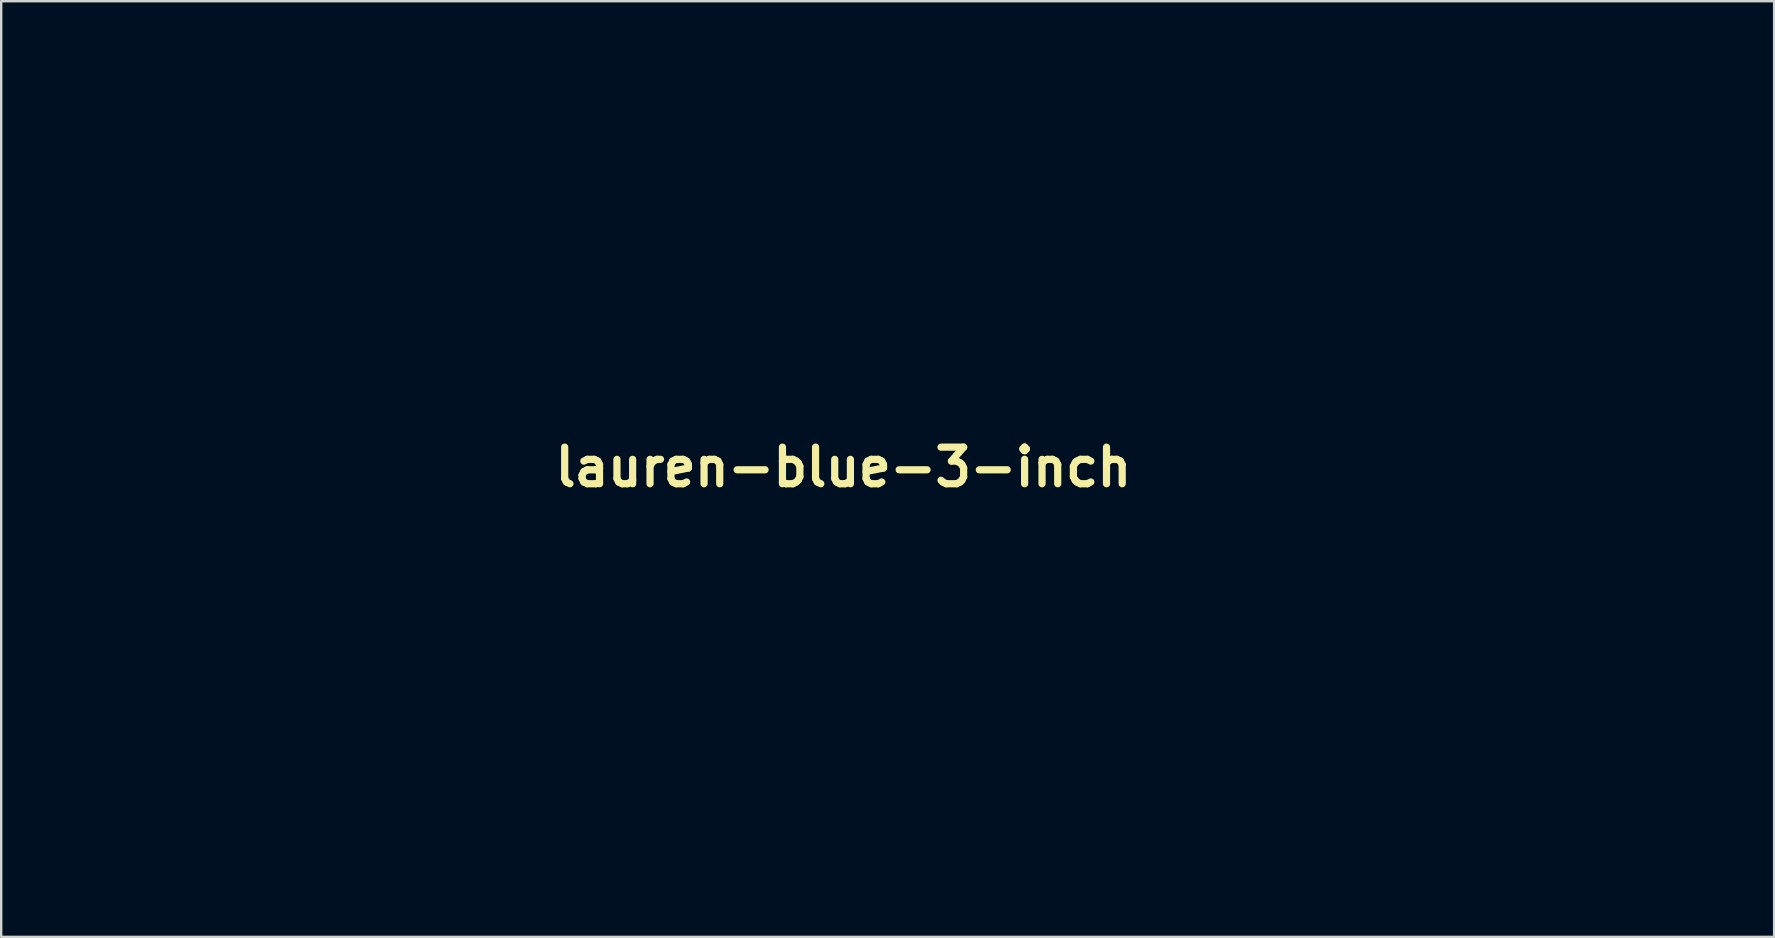
<source format=kicad_pcb>
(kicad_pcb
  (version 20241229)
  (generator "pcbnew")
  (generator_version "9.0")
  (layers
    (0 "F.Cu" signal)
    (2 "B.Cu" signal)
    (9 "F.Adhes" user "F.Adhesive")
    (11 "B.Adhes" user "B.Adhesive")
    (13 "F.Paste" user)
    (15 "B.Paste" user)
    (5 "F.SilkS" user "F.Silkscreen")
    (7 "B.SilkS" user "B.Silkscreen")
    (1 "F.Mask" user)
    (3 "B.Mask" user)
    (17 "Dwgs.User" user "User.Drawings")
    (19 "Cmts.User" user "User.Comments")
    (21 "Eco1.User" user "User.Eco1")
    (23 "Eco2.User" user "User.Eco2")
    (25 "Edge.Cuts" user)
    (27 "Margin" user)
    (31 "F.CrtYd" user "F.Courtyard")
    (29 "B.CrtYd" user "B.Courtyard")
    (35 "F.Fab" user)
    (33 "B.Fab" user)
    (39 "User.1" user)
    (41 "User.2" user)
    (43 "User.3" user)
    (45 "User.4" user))
  (footprint "lauren-blue-3-inch"
    (layer "F.Cu")
    (at 32.084 16.411)
    (property "Reference" "lauren-blue-3-inch" (at 0 0 0) (layer "F.SilkS") (effects (font (size 1.524 1.524) (thickness 0.3))))
    (attr through_hole)
    (fp_poly (pts (xy 12.779 13.231) (xy 12.91 13.276) (xy 13.016 13.39) (xy 13.124 13.605) (xy 13.256 13.953) (xy 13.335 14.172) (xy 13.589 14.888) (xy 13.604 13.223) (xy 14.27 13.223) (xy 14.27 16.553) (xy 13.524 16.553) (xy 12.95 14.888) (xy 12.985 16.505) (xy 12.629 16.535) (xy 12.272 16.564) (xy 12.272 13.223) (xy 12.599 13.223)) (stroke (width 0) (type solid)) (fill yes) (layer "F.Mask"))
    (fp_poly (pts (xy -10.643 13.889) (xy -11.701 13.889) (xy -11.701 14.216) (xy -11.683 14.44) (xy -11.59 14.538) (xy -11.392 14.573) (xy -11.178 14.616) (xy -11.095 14.727) (xy -11.083 14.888) (xy -11.107 15.088) (xy -11.218 15.176) (xy -11.392 15.203) (xy -11.701 15.233) (xy -11.701 16.553) (xy -12.467 16.553) (xy -12.441 14.912) (xy -12.415 13.271) (xy -10.702 13.271)) (stroke (width 0) (type solid)) (fill yes) (layer "F.Mask"))
    (fp_poly (pts (xy 5.684 -1.025) (xy 7.468 -0.999) (xy 7.468 0.143) (xy 6.398 0.17) (xy 5.327 0.196) (xy 5.327 1.704) (xy 5.969 1.732) (xy 6.612 1.76) (xy 6.612 2.901) (xy 5.969 2.93) (xy 5.327 2.958) (xy 5.327 4.465) (xy 6.398 4.492) (xy 7.468 4.519) (xy 7.496 5.113) (xy 7.524 5.708) (xy 3.9 5.708) (xy 3.9 -1.051)) (stroke (width 0) (type solid)) (fill yes) (layer "F.Mask"))
    (fp_poly (pts (xy -2.949 5.716) (xy -3.729 5.688) (xy -4.51 5.66) (xy -5.099 3.853) (xy -5.689 2.045) (xy -5.698 3.877) (xy -5.708 5.708) (xy -6.377 5.708) (xy -6.798 5.691) (xy -7.035 5.639) (xy -7.092 5.588) (xy -7.102 5.468) (xy -7.11 5.18) (xy -7.115 4.748) (xy -7.118 4.194) (xy -7.119 3.542) (xy -7.116 2.814) (xy -7.112 2.235) (xy -7.087 -0.999) (xy -5.565 -0.999) (xy -4.978 0.761) (xy -4.391 2.521) (xy -4.328 -0.999) (xy -3.639 -1.027) (xy -2.949 -1.055)) (stroke (width 0) (type solid)) (fill yes) (layer "F.Mask"))
    (fp_poly (pts (xy 34.761 -15.105) (xy 35.722 -15.078) (xy 35.722 -4.709) (xy 34.563 -4.682) (xy 33.404 -4.656) (xy 32.726 -6.775) (xy 32.514 -7.435) (xy 32.304 -8.087) (xy 32.108 -8.691) (xy 31.94 -9.208) (xy 31.811 -9.598) (xy 31.776 -9.703) (xy 31.503 -10.512) (xy 31.496 -7.587) (xy 31.488 -4.661) (xy 29.394 -4.661) (xy 29.418 -9.87) (xy 29.443 -15.078) (xy 31.717 -15.078) (xy 33.534 -9.445) (xy 33.559 -12.158) (xy 33.571 -13.081) (xy 33.588 -13.818) (xy 33.611 -14.375) (xy 33.64 -14.755) (xy 33.674 -14.963) (xy 33.692 -15.002) (xy 33.799 -15.065) (xy 34.012 -15.1) (xy 34.36 -15.112)) (stroke (width 0) (type solid)) (fill yes) (layer "F.Mask"))
    (fp_poly (pts (xy 27.315 13.889) (xy 26.256 13.889) (xy 26.256 14.216) (xy 26.275 14.44) (xy 26.367 14.538) (xy 26.565 14.573) (xy 26.78 14.616) (xy 26.863 14.727) (xy 26.875 14.888) (xy 26.85 15.088) (xy 26.739 15.176) (xy 26.565 15.203) (xy 26.355 15.244) (xy 26.27 15.351) (xy 26.256 15.555) (xy 26.264 15.743) (xy 26.321 15.841) (xy 26.473 15.885) (xy 26.756 15.906) (xy 27.047 15.929) (xy 27.199 15.977) (xy 27.262 16.081) (xy 27.285 16.244) (xy 27.315 16.553) (xy 26.449 16.553) (xy 25.99 16.543) (xy 25.7 16.512) (xy 25.557 16.457) (xy 25.537 16.43) (xy 25.523 16.297) (xy 25.513 16.009) (xy 25.51 15.601) (xy 25.512 15.11) (xy 25.516 14.789) (xy 25.543 13.271) (xy 27.255 13.271)) (stroke (width 0) (type solid)) (fill yes) (layer "F.Mask"))
    (fp_poly (pts (xy -29.26 -16.299) (xy -29.162 -16.049) (xy -29.038 -15.704) (xy -28.96 -15.476) (xy -28.667 -14.603) (xy -27.628 -14.555) (xy -26.589 -14.507) (xy -28.232 -13.299) (xy -27.997 -12.53) (xy -27.877 -12.146) (xy -27.768 -11.808) (xy -27.69 -11.577) (xy -27.677 -11.541) (xy -27.628 -11.376) (xy -27.636 -11.321) (xy -27.726 -11.373) (xy -27.936 -11.513) (xy -28.233 -11.719) (xy -28.494 -11.904) (xy -29.309 -12.487) (xy -29.974 -12.023) (xy -30.304 -11.792) (xy -30.594 -11.589) (xy -30.793 -11.451) (xy -30.826 -11.428) (xy -30.967 -11.349) (xy -31.013 -11.355) (xy -30.985 -11.465) (xy -30.912 -11.714) (xy -30.805 -12.061) (xy -30.722 -12.32) (xy -30.605 -12.71) (xy -30.521 -13.035) (xy -30.481 -13.249) (xy -30.484 -13.31) (xy -30.58 -13.398) (xy -30.794 -13.568) (xy -31.092 -13.792) (xy -31.31 -13.951) (xy -32.084 -14.507) (xy -30.005 -14.561) (xy -29.692 -15.517) (xy -29.558 -15.901) (xy -29.441 -16.199) (xy -29.354 -16.378) (xy -29.316 -16.411)) (stroke (width 0) (type solid)) (fill yes) (layer "F.Mask"))
    (fp_poly (pts (xy -3.033 13.244) (xy -2.703 13.295) (xy -2.58 13.329) (xy -2.283 13.524) (xy -2.085 13.834) (xy -2.001 14.206) (xy -2.044 14.583) (xy -2.193 14.872) (xy -2.388 15.12) (xy -2.193 15.751) (xy -2.095 16.079) (xy -2.025 16.336) (xy -1.998 16.467) (xy -1.998 16.468) (xy -2.082 16.522) (xy -2.291 16.551) (xy -2.36 16.553) (xy -2.722 16.553) (xy -2.895 15.887) (xy -2.99 15.562) (xy -3.079 15.325) (xy -3.146 15.222) (xy -3.151 15.221) (xy -3.192 15.308) (xy -3.222 15.537) (xy -3.234 15.86) (xy -3.234 15.887) (xy -3.234 16.553) (xy -3.9 16.553) (xy -3.9 14.27) (xy -3.234 14.27) (xy -3.216 14.532) (xy -3.139 14.637) (xy -2.973 14.615) (xy -2.909 14.592) (xy -2.766 14.459) (xy -2.746 14.263) (xy -2.831 14.063) (xy -2.998 13.922) (xy -3.147 13.889) (xy -3.202 13.974) (xy -3.232 14.184) (xy -3.234 14.27) (xy -3.9 14.27) (xy -3.9 13.223) (xy -3.391 13.223)) (stroke (width 0) (type solid)) (fill yes) (layer "F.Mask"))
    (fp_poly (pts (xy 25.581 -15.109) (xy 26.076 -15.103) (xy 26.432 -15.089) (xy 26.668 -15.067) (xy 26.8 -15.037) (xy 26.843 -15.008) (xy 26.881 -14.853) (xy 26.907 -14.569) (xy 26.919 -14.218) (xy 26.916 -13.86) (xy 26.898 -13.558) (xy 26.864 -13.374) (xy 26.819 -13.318) (xy 26.717 -13.277) (xy 26.53 -13.25) (xy 26.232 -13.234) (xy 25.796 -13.225) (xy 25.2 -13.223) (xy 23.593 -13.223) (xy 23.593 -10.845) (xy 24.485 -10.845) (xy 24.958 -10.835) (xy 25.27 -10.804) (xy 25.445 -10.747) (xy 25.487 -10.711) (xy 25.546 -10.532) (xy 25.574 -10.189) (xy 25.57 -9.784) (xy 25.543 -8.99) (xy 23.593 -8.936) (xy 23.593 -6.564) (xy 25.096 -6.564) (xy 25.752 -6.558) (xy 26.233 -6.539) (xy 26.557 -6.507) (xy 26.738 -6.459) (xy 26.765 -6.443) (xy 26.847 -6.353) (xy 26.893 -6.204) (xy 26.91 -5.953) (xy 26.904 -5.558) (xy 26.903 -5.516) (xy 26.875 -4.709) (xy 21.403 -4.659) (xy 21.452 -15.078) (xy 24.109 -15.104) (xy 24.932 -15.11)) (stroke (width 0) (type solid)) (fill yes) (layer "F.Mask"))
    (fp_poly (pts (xy 30.988 13.302) (xy 31.29 13.519) (xy 31.459 13.846) (xy 31.485 14.056) (xy 31.47 14.265) (xy 31.381 14.349) (xy 31.166 14.365) (xy 30.932 14.338) (xy 30.818 14.229) (xy 30.783 14.127) (xy 30.685 13.938) (xy 30.558 13.894) (xy 30.461 13.995) (xy 30.442 14.124) (xy 30.505 14.327) (xy 30.711 14.549) (xy 30.866 14.671) (xy 31.251 15.027) (xy 31.48 15.401) (xy 31.549 15.77) (xy 31.453 16.109) (xy 31.23 16.361) (xy 30.895 16.522) (xy 30.507 16.558) (xy 30.138 16.469) (xy 29.914 16.319) (xy 29.722 16.019) (xy 29.681 15.796) (xy 29.699 15.602) (xy 29.791 15.522) (xy 30.015 15.506) (xy 30.016 15.506) (xy 30.262 15.535) (xy 30.396 15.648) (xy 30.448 15.761) (xy 30.529 15.929) (xy 30.611 15.939) (xy 30.687 15.873) (xy 30.781 15.695) (xy 30.712 15.498) (xy 30.472 15.266) (xy 30.333 15.164) (xy 29.94 14.807) (xy 29.728 14.4) (xy 29.684 14.06) (xy 29.771 13.682) (xy 30.006 13.401) (xy 30.36 13.246) (xy 30.585 13.223)) (stroke (width 0) (type solid)) (fill yes) (layer "F.Mask"))
    (fp_poly (pts (xy 22.225 13.28) (xy 22.471 13.315) (xy 22.644 13.393) (xy 22.775 13.5) (xy 23.022 13.849) (xy 23.092 14.255) (xy 22.983 14.697) (xy 22.93 14.806) (xy 22.715 15.211) (xy 22.916 15.805) (xy 23.019 16.12) (xy 23.091 16.363) (xy 23.117 16.476) (xy 23.033 16.525) (xy 22.822 16.551) (xy 22.744 16.553) (xy 22.371 16.553) (xy 22.2 15.887) (xy 22.107 15.562) (xy 22.021 15.325) (xy 21.959 15.222) (xy 21.954 15.221) (xy 21.918 15.308) (xy 21.891 15.537) (xy 21.88 15.86) (xy 21.88 15.887) (xy 21.88 16.553) (xy 21.544 16.553) (xy 21.306 16.521) (xy 21.168 16.443) (xy 21.161 16.43) (xy 21.147 16.297) (xy 21.137 16.009) (xy 21.134 15.601) (xy 21.136 15.11) (xy 21.14 14.789) (xy 21.149 14.27) (xy 21.88 14.27) (xy 21.895 14.523) (xy 21.953 14.628) (xy 22.036 14.633) (xy 22.215 14.532) (xy 22.298 14.436) (xy 22.339 14.219) (xy 22.237 14.017) (xy 22.036 13.906) (xy 21.935 13.924) (xy 21.889 14.06) (xy 21.88 14.27) (xy 21.149 14.27) (xy 21.167 13.271) (xy 21.849 13.271)) (stroke (width 0) (type solid)) (fill yes) (layer "F.Mask"))
    (fp_poly (pts (xy 4.796 13.263) (xy 5.051 13.414) (xy 5.144 13.501) (xy 5.354 13.781) (xy 5.424 14.036) (xy 5.352 14.233) (xy 5.185 14.326) (xy 4.886 14.347) (xy 4.706 14.243) (xy 4.661 14.082) (xy 4.596 13.921) (xy 4.471 13.889) (xy 4.386 13.902) (xy 4.331 13.962) (xy 4.3 14.103) (xy 4.285 14.359) (xy 4.281 14.763) (xy 4.281 14.888) (xy 4.283 15.334) (xy 4.295 15.623) (xy 4.322 15.789) (xy 4.37 15.865) (xy 4.447 15.886) (xy 4.471 15.887) (xy 4.63 15.82) (xy 4.661 15.697) (xy 4.693 15.572) (xy 4.822 15.517) (xy 5.042 15.506) (xy 5.29 15.522) (xy 5.4 15.586) (xy 5.422 15.703) (xy 5.348 16.023) (xy 5.16 16.326) (xy 5.05 16.431) (xy 4.867 16.497) (xy 4.575 16.535) (xy 4.255 16.54) (xy 3.988 16.509) (xy 3.922 16.489) (xy 3.751 16.35) (xy 3.63 16.082) (xy 3.555 15.667) (xy 3.522 15.089) (xy 3.52 14.838) (xy 3.522 14.375) (xy 3.533 14.061) (xy 3.562 13.854) (xy 3.619 13.711) (xy 3.711 13.591) (xy 3.798 13.501) (xy 4.055 13.301) (xy 4.343 13.228) (xy 4.471 13.223)) (stroke (width 0) (type solid)) (fill yes) (layer "F.Mask"))
    (fp_poly (pts (xy 9.114 13.28) (xy 9.436 13.441) (xy 9.67 13.72) (xy 9.699 13.783) (xy 9.76 14.062) (xy 9.788 14.513) (xy 9.784 15.08) (xy 9.767 15.533) (xy 9.743 15.837) (xy 9.704 16.034) (xy 9.639 16.167) (xy 9.538 16.276) (xy 9.484 16.323) (xy 9.174 16.487) (xy 8.789 16.555) (xy 8.417 16.518) (xy 8.253 16.45) (xy 8.04 16.253) (xy 7.898 15.939) (xy 7.821 15.485) (xy 7.812 15.26) (xy 8.571 15.26) (xy 8.582 15.576) (xy 8.621 15.765) (xy 8.697 15.858) (xy 8.817 15.886) (xy 8.848 15.887) (xy 8.936 15.876) (xy 8.991 15.822) (xy 9.02 15.691) (xy 9.028 15.447) (xy 9.021 15.057) (xy 9.017 14.912) (xy 9.002 14.472) (xy 8.982 14.189) (xy 8.948 14.028) (xy 8.894 13.955) (xy 8.811 13.937) (xy 8.8 13.937) (xy 8.708 13.953) (xy 8.65 14.024) (xy 8.614 14.188) (xy 8.593 14.48) (xy 8.582 14.785) (xy 8.571 15.26) (xy 7.812 15.26) (xy 7.801 14.954) (xy 7.813 14.532) (xy 7.844 14.146) (xy 7.889 13.864) (xy 7.906 13.805) (xy 8.101 13.5) (xy 8.399 13.31) (xy 8.752 13.237)) (stroke (width 0) (type solid)) (fill yes) (layer "F.Mask"))
    (fp_poly (pts (xy 35.201 13.304) (xy 35.501 13.495) (xy 35.705 13.775) (xy 35.769 14.078) (xy 35.756 14.272) (xy 35.678 14.349) (xy 35.481 14.352) (xy 35.413 14.347) (xy 35.165 14.303) (xy 35.052 14.202) (xy 35.025 14.103) (xy 34.939 13.932) (xy 34.797 13.899) (xy 34.669 14.016) (xy 34.658 14.043) (xy 34.682 14.182) (xy 34.842 14.398) (xy 35.148 14.705) (xy 35.184 14.739) (xy 35.474 15.015) (xy 35.648 15.214) (xy 35.736 15.381) (xy 35.767 15.564) (xy 35.769 15.683) (xy 35.697 16.095) (xy 35.485 16.378) (xy 35.138 16.529) (xy 34.875 16.553) (xy 34.503 16.507) (xy 34.228 16.356) (xy 34.208 16.339) (xy 34.027 16.097) (xy 33.941 15.839) (xy 33.941 15.649) (xy 34.023 15.562) (xy 34.239 15.527) (xy 34.259 15.525) (xy 34.5 15.526) (xy 34.618 15.601) (xy 34.654 15.692) (xy 34.753 15.845) (xy 34.89 15.88) (xy 34.992 15.794) (xy 35.008 15.705) (xy 34.939 15.551) (xy 34.757 15.333) (xy 34.545 15.136) (xy 34.141 14.728) (xy 33.927 14.338) (xy 33.902 13.964) (xy 34.065 13.607) (xy 34.199 13.453) (xy 34.504 13.265) (xy 34.854 13.221)) (stroke (width 0) (type solid)) (fill yes) (layer "F.Mask"))
    (fp_poly (pts (xy -11.277 -15.106) (xy -11.259 -15.106) (xy -10.322 -15.078) (xy -10.272 -6.564) (xy -8.745 -6.564) (xy -8.185 -6.558) (xy -7.699 -6.541) (xy -7.322 -6.515) (xy -7.085 -6.482) (xy -7.033 -6.466) (xy -6.936 -6.386) (xy -6.88 -6.247) (xy -6.855 -6.003) (xy -6.849 -5.665) (xy -6.857 -5.3) (xy -6.877 -4.997) (xy -6.905 -4.819) (xy -6.907 -4.812) (xy -6.943 -4.767) (xy -7.025 -4.733) (xy -7.175 -4.706) (xy -7.412 -4.687) (xy -7.758 -4.674) (xy -8.233 -4.666) (xy -8.857 -4.662) (xy -9.65 -4.661) (xy -9.65 -4.661) (xy -10.347 -4.664) (xy -10.98 -4.67) (xy -11.527 -4.679) (xy -11.961 -4.691) (xy -12.258 -4.706) (xy -12.394 -4.722) (xy -12.399 -4.725) (xy -12.411 -4.829) (xy -12.422 -5.106) (xy -12.432 -5.538) (xy -12.442 -6.107) (xy -12.449 -6.795) (xy -12.455 -7.585) (xy -12.46 -8.458) (xy -12.462 -9.397) (xy -12.462 -9.85) (xy -12.461 -10.988) (xy -12.459 -11.949) (xy -12.455 -12.748) (xy -12.448 -13.4) (xy -12.439 -13.919) (xy -12.426 -14.319) (xy -12.41 -14.614) (xy -12.391 -14.818) (xy -12.367 -14.947) (xy -12.338 -15.013) (xy -12.329 -15.023) (xy -12.151 -15.08) (xy -11.797 -15.108)) (stroke (width 0) (type solid)) (fill yes) (layer "F.Mask"))
    (fp_poly (pts (xy -6.948 13.315) (xy -6.654 13.518) (xy -6.479 13.805) (xy -6.431 14.04) (xy -6.394 14.398) (xy -6.375 14.816) (xy -6.374 14.954) (xy -6.401 15.56) (xy -6.49 16.002) (xy -6.655 16.301) (xy -6.908 16.476) (xy -7.262 16.548) (xy -7.409 16.553) (xy -7.805 16.482) (xy -8.057 16.323) (xy -8.174 16.214) (xy -8.253 16.098) (xy -8.301 15.936) (xy -8.33 15.687) (xy -8.345 15.359) (xy -7.601 15.359) (xy -7.599 15.641) (xy -7.579 15.8) (xy -7.534 15.867) (xy -7.456 15.877) (xy -7.4 15.87) (xy -7.301 15.847) (xy -7.238 15.787) (xy -7.202 15.654) (xy -7.187 15.413) (xy -7.182 15.028) (xy -7.182 14.888) (xy -7.185 14.455) (xy -7.197 14.178) (xy -7.227 14.022) (xy -7.279 13.953) (xy -7.362 13.937) (xy -7.373 13.937) (xy -7.459 13.951) (xy -7.516 14.015) (xy -7.551 14.163) (xy -7.573 14.429) (xy -7.588 14.847) (xy -7.59 14.919) (xy -7.601 15.359) (xy -8.345 15.359) (xy -8.348 15.309) (xy -8.356 15.05) (xy -8.365 14.542) (xy -8.352 14.181) (xy -8.314 13.925) (xy -8.246 13.733) (xy -8.232 13.706) (xy -7.993 13.422) (xy -7.666 13.264) (xy -7.302 13.229)) (stroke (width 0) (type solid)) (fill yes) (layer "F.Mask"))
    (fp_poly (pts (xy 0.851 -0.999) (xy 1.233 -0.919) (xy 1.542 -0.786) (xy 1.817 -0.591) (xy 1.85 -0.562) (xy 2.049 -0.37) (xy 2.201 -0.168) (xy 2.313 0.071) (xy 2.39 0.374) (xy 2.436 0.768) (xy 2.458 1.279) (xy 2.461 1.936) (xy 2.455 2.478) (xy 2.44 3.235) (xy 2.413 3.829) (xy 2.37 4.285) (xy 2.302 4.63) (xy 2.202 4.891) (xy 2.064 5.093) (xy 1.881 5.264) (xy 1.681 5.407) (xy 1.52 5.507) (xy 1.363 5.578) (xy 1.174 5.625) (xy 0.913 5.655) (xy 0.544 5.675) (xy 0.029 5.689) (xy -0.065 5.691) (xy -1.429 5.722) (xy -1.404 2.362) (xy -1.388 0.19) (xy 0 0.19) (xy 0 4.471) (xy 0.326 4.471) (xy 0.593 4.43) (xy 0.792 4.331) (xy 0.798 4.325) (xy 0.893 4.198) (xy 0.961 4.014) (xy 1.007 3.748) (xy 1.032 3.375) (xy 1.04 2.867) (xy 1.032 2.2) (xy 1.03 2.074) (xy 1.01 1.427) (xy 0.977 0.946) (xy 0.92 0.607) (xy 0.83 0.386) (xy 0.699 0.259) (xy 0.517 0.202) (xy 0.318 0.19) (xy 0 0.19) (xy -1.388 0.19) (xy -1.379 -0.999) (xy -0.285 -1.028) (xy 0.357 -1.032)) (stroke (width 0) (type solid)) (fill yes) (layer "F.Mask"))
    (fp_poly (pts (xy 18.167 13.316) (xy 18.433 13.506) (xy 18.598 13.781) (xy 18.627 14.061) (xy 18.588 14.299) (xy 18.491 14.407) (xy 18.334 14.443) (xy 18.137 14.433) (xy 18.022 14.313) (xy 17.966 14.176) (xy 17.841 13.954) (xy 17.707 13.909) (xy 17.623 14.013) (xy 17.561 14.257) (xy 17.521 14.59) (xy 17.504 14.962) (xy 17.513 15.324) (xy 17.548 15.626) (xy 17.612 15.817) (xy 17.653 15.855) (xy 17.828 15.842) (xy 17.893 15.782) (xy 17.972 15.569) (xy 17.951 15.391) (xy 17.838 15.316) (xy 17.837 15.316) (xy 17.724 15.231) (xy 17.694 15.031) (xy 17.705 14.862) (xy 17.769 14.778) (xy 17.935 14.749) (xy 18.17 14.745) (xy 18.646 14.745) (xy 18.646 15.416) (xy 18.637 15.786) (xy 18.601 16.025) (xy 18.523 16.191) (xy 18.412 16.319) (xy 18.1 16.508) (xy 17.717 16.564) (xy 17.33 16.486) (xy 17.058 16.323) (xy 16.942 16.216) (xy 16.864 16.104) (xy 16.816 15.947) (xy 16.788 15.705) (xy 16.772 15.339) (xy 16.763 15.015) (xy 16.754 14.529) (xy 16.762 14.19) (xy 16.791 13.954) (xy 16.846 13.778) (xy 16.925 13.633) (xy 17.178 13.371) (xy 17.497 13.239) (xy 17.841 13.224)) (stroke (width 0) (type solid)) (fill yes) (layer "F.Mask"))
    (fp_poly (pts (xy 9.176 -15.106) (xy 9.194 -15.106) (xy 10.131 -15.078) (xy 10.131 -6.516) (xy 9.849 -6.007) (xy 9.425 -5.41) (xy 8.896 -4.967) (xy 8.255 -4.674) (xy 7.491 -4.524) (xy 7.42 -4.518) (xy 7.005 -4.518) (xy 6.567 -4.567) (xy 6.404 -4.601) (xy 5.717 -4.864) (xy 5.154 -5.27) (xy 4.719 -5.813) (xy 4.418 -6.49) (xy 4.285 -7.053) (xy 4.262 -7.291) (xy 4.241 -7.696) (xy 4.223 -8.242) (xy 4.208 -8.905) (xy 4.196 -9.662) (xy 4.189 -10.488) (xy 4.186 -11.285) (xy 4.187 -12.238) (xy 4.191 -13.018) (xy 4.197 -13.641) (xy 4.208 -14.125) (xy 4.222 -14.485) (xy 4.242 -14.739) (xy 4.267 -14.904) (xy 4.298 -14.996) (xy 4.319 -15.023) (xy 4.497 -15.08) (xy 4.851 -15.108) (xy 5.371 -15.106) (xy 5.389 -15.106) (xy 6.326 -15.078) (xy 6.374 -11.004) (xy 6.421 -6.929) (xy 6.732 -6.651) (xy 7.039 -6.436) (xy 7.307 -6.395) (xy 7.575 -6.528) (xy 7.713 -6.652) (xy 7.991 -6.93) (xy 7.991 -10.921) (xy 7.992 -11.924) (xy 7.995 -12.753) (xy 8.001 -13.423) (xy 8.01 -13.951) (xy 8.023 -14.353) (xy 8.04 -14.645) (xy 8.062 -14.843) (xy 8.089 -14.963) (xy 8.122 -15.021) (xy 8.124 -15.023) (xy 8.302 -15.08) (xy 8.656 -15.108)) (stroke (width 0) (type solid)) (fill yes) (layer "F.Mask"))
    (fp_poly (pts (xy -8.562 1.678) (xy -8.562 2.475) (xy -8.565 3.106) (xy -8.572 3.594) (xy -8.585 3.964) (xy -8.604 4.238) (xy -8.632 4.442) (xy -8.669 4.598) (xy -8.718 4.73) (xy -8.764 4.828) (xy -9.072 5.278) (xy -9.494 5.583) (xy -10.039 5.747) (xy -10.359 5.778) (xy -10.93 5.759) (xy -11.318 5.657) (xy -11.705 5.439) (xy -11.992 5.154) (xy -12.211 4.804) (xy -12.27 4.685) (xy -12.317 4.56) (xy -12.352 4.404) (xy -12.378 4.196) (xy -12.395 3.91) (xy -12.406 3.524) (xy -12.412 3.014) (xy -12.414 2.355) (xy -12.415 1.712) (xy -12.415 -0.999) (xy -11.757 -1.027) (xy -11.351 -1.03) (xy -11.11 -0.992) (xy -11.021 -0.932) (xy -11.001 -0.808) (xy -10.982 -0.519) (xy -10.966 -0.092) (xy -10.953 0.447) (xy -10.945 1.072) (xy -10.942 1.757) (xy -10.942 1.765) (xy -10.938 2.608) (xy -10.93 3.275) (xy -10.914 3.779) (xy -10.893 4.135) (xy -10.863 4.354) (xy -10.826 4.452) (xy -10.826 4.452) (xy -10.602 4.557) (xy -10.338 4.524) (xy -10.148 4.394) (xy -10.101 4.321) (xy -10.063 4.204) (xy -10.034 4.021) (xy -10.012 3.751) (xy -9.995 3.371) (xy -9.983 2.86) (xy -9.973 2.196) (xy -9.967 1.611) (xy -9.941 -0.999) (xy -9.251 -1.027) (xy -8.562 -1.055)) (stroke (width 0) (type solid)) (fill yes) (layer "F.Mask"))
    (fp_poly (pts (xy 11.272 -0.99) (xy 11.666 -0.905) (xy 11.97 -0.762) (xy 12.216 -0.552) (xy 12.369 -0.363) (xy 12.634 0.138) (xy 12.77 0.696) (xy 12.779 1.268) (xy 12.664 1.811) (xy 12.43 2.28) (xy 12.154 2.577) (xy 12.084 2.64) (xy 12.043 2.715) (xy 12.037 2.831) (xy 12.07 3.017) (xy 12.146 3.304) (xy 12.271 3.72) (xy 12.403 4.149) (xy 12.554 4.641) (xy 12.683 5.068) (xy 12.779 5.399) (xy 12.834 5.599) (xy 12.843 5.643) (xy 12.755 5.674) (xy 12.524 5.691) (xy 12.194 5.691) (xy 12.112 5.688) (xy 11.382 5.66) (xy 11.005 4.305) (xy 10.852 3.766) (xy 10.734 3.388) (xy 10.64 3.143) (xy 10.559 3.006) (xy 10.482 2.953) (xy 10.452 2.949) (xy 10.382 2.962) (xy 10.334 3.018) (xy 10.302 3.148) (xy 10.284 3.378) (xy 10.276 3.739) (xy 10.274 4.257) (xy 10.274 4.328) (xy 10.274 5.708) (xy 8.845 5.708) (xy 8.886 0.19) (xy 10.274 0.19) (xy 10.274 1.807) (xy 10.623 1.807) (xy 10.907 1.765) (xy 11.131 1.663) (xy 11.147 1.65) (xy 11.272 1.448) (xy 11.319 1.116) (xy 11.321 1.032) (xy 11.263 0.611) (xy 11.086 0.337) (xy 10.787 0.205) (xy 10.607 0.19) (xy 10.274 0.19) (xy 8.886 0.19) (xy 8.895 -0.999) (xy 10.084 -1.026) (xy 10.756 -1.027)) (stroke (width 0) (type solid)) (fill yes) (layer "F.Mask"))
    (fp_poly (pts (xy 33.651 -1.043) (xy 34.014 -1.027) (xy 34.28 -0.993) (xy 34.497 -0.934) (xy 34.709 -0.843) (xy 34.776 -0.81) (xy 35.132 -0.58) (xy 35.425 -0.301) (xy 35.484 -0.223) (xy 35.563 -0.1) (xy 35.623 0.023) (xy 35.667 0.173) (xy 35.697 0.38) (xy 35.718 0.671) (xy 35.733 1.075) (xy 35.744 1.62) (xy 35.752 2.133) (xy 35.76 2.902) (xy 35.755 3.507) (xy 35.735 3.975) (xy 35.695 4.334) (xy 35.633 4.61) (xy 35.544 4.829) (xy 35.426 5.019) (xy 35.38 5.079) (xy 35.153 5.322) (xy 34.89 5.495) (xy 34.556 5.611) (xy 34.117 5.677) (xy 33.539 5.705) (xy 33.22 5.708) (xy 32.756 5.703) (xy 32.362 5.69) (xy 32.076 5.671) (xy 31.938 5.648) (xy 31.932 5.644) (xy 31.916 5.537) (xy 31.903 5.266) (xy 31.892 4.859) (xy 31.883 4.342) (xy 31.876 3.743) (xy 31.872 3.089) (xy 31.87 2.407) (xy 31.871 1.723) (xy 31.874 1.065) (xy 31.88 0.459) (xy 31.884 0.19) (xy 33.391 0.19) (xy 33.391 4.471) (xy 33.719 4.471) (xy 34.021 4.413) (xy 34.194 4.26) (xy 34.249 4.149) (xy 34.289 3.978) (xy 34.316 3.72) (xy 34.333 3.347) (xy 34.341 2.833) (xy 34.342 2.31) (xy 34.341 1.69) (xy 34.335 1.232) (xy 34.322 0.907) (xy 34.298 0.687) (xy 34.261 0.542) (xy 34.208 0.445) (xy 34.152 0.381) (xy 33.912 0.237) (xy 33.676 0.19) (xy 33.391 0.19) (xy 31.884 0.19) (xy 31.888 -0.067) (xy 31.898 -0.486) (xy 31.912 -0.772) (xy 31.927 -0.896) (xy 31.98 -0.961) (xy 32.101 -1.004) (xy 32.322 -1.031) (xy 32.673 -1.043) (xy 33.145 -1.046)) (stroke (width 0) (type solid)) (fill yes) (layer "F.Mask"))
    (fp_poly (pts (xy 23.408 -1.111) (xy 24.036 -0.961) (xy 24.533 -0.675) (xy 24.894 -0.256) (xy 25.103 0.238) (xy 25.141 0.479) (xy 25.171 0.87) (xy 25.192 1.37) (xy 25.203 1.938) (xy 25.206 2.536) (xy 25.2 3.122) (xy 25.185 3.656) (xy 25.161 4.098) (xy 25.128 4.408) (xy 25.11 4.492) (xy 24.886 4.969) (xy 24.518 5.373) (xy 24.12 5.624) (xy 23.725 5.741) (xy 23.249 5.792) (xy 22.771 5.777) (xy 22.373 5.693) (xy 22.308 5.668) (xy 21.839 5.356) (xy 21.483 4.892) (xy 21.396 4.719) (xy 21.335 4.564) (xy 21.289 4.385) (xy 21.257 4.152) (xy 21.236 3.836) (xy 21.224 3.409) (xy 21.218 2.841) (xy 21.216 2.351) (xy 21.216 2.31) (xy 22.641 2.31) (xy 22.644 2.969) (xy 22.652 3.465) (xy 22.669 3.824) (xy 22.695 4.074) (xy 22.734 4.241) (xy 22.787 4.351) (xy 22.793 4.36) (xy 23.009 4.527) (xy 23.278 4.553) (xy 23.529 4.444) (xy 23.663 4.281) (xy 23.71 4.128) (xy 23.742 3.868) (xy 23.761 3.479) (xy 23.766 2.942) (xy 23.761 2.251) (xy 23.751 1.625) (xy 23.74 1.162) (xy 23.724 0.833) (xy 23.7 0.61) (xy 23.663 0.466) (xy 23.611 0.372) (xy 23.541 0.301) (xy 23.511 0.277) (xy 23.253 0.121) (xy 23.036 0.132) (xy 22.831 0.285) (xy 22.765 0.363) (xy 22.717 0.464) (xy 22.683 0.617) (xy 22.661 0.847) (xy 22.648 1.184) (xy 22.643 1.655) (xy 22.641 2.288) (xy 22.641 2.31) (xy 21.216 2.31) (xy 21.219 1.602) (xy 21.233 1.015) (xy 21.262 0.562) (xy 21.312 0.216) (xy 21.388 -0.052) (xy 21.496 -0.269) (xy 21.64 -0.462) (xy 21.758 -0.592) (xy 22.12 -0.856) (xy 22.594 -1.039) (xy 23.107 -1.121)) (stroke (width 0) (type solid)) (fill yes) (layer "F.Mask"))
    (fp_poly (pts (xy 14.965 -15.11) (xy 15.002 -15.109) (xy 15.648 -15.098) (xy 16.135 -15.085) (xy 16.495 -15.067) (xy 16.759 -15.04) (xy 16.958 -15) (xy 17.123 -14.943) (xy 17.287 -14.866) (xy 17.375 -14.82) (xy 17.962 -14.41) (xy 18.412 -13.868) (xy 18.726 -13.193) (xy 18.756 -13.098) (xy 18.908 -12.337) (xy 18.91 -11.58) (xy 18.771 -10.863) (xy 18.497 -10.219) (xy 18.097 -9.684) (xy 17.996 -9.587) (xy 17.638 -9.263) (xy 18.332 -7.036) (xy 18.524 -6.416) (xy 18.696 -5.857) (xy 18.84 -5.383) (xy 18.947 -5.021) (xy 19.011 -4.795) (xy 19.026 -4.732) (xy 18.937 -4.704) (xy 18.696 -4.686) (xy 18.338 -4.678) (xy 17.912 -4.682) (xy 16.798 -4.709) (xy 16.215 -6.802) (xy 15.632 -8.895) (xy 15.331 -8.925) (xy 15.031 -8.954) (xy 15.031 -4.661) (xy 13.994 -4.661) (xy 13.524 -4.666) (xy 13.211 -4.682) (xy 13.023 -4.715) (xy 12.927 -4.769) (xy 12.9 -4.812) (xy 12.889 -4.934) (xy 12.879 -5.227) (xy 12.869 -5.675) (xy 12.861 -6.257) (xy 12.854 -6.957) (xy 12.849 -7.755) (xy 12.845 -8.633) (xy 12.843 -9.573) (xy 12.843 -9.937) (xy 12.843 -11.059) (xy 12.846 -12.005) (xy 12.85 -12.79) (xy 12.854 -13.223) (xy 15.031 -13.223) (xy 15.031 -10.655) (xy 15.584 -10.655) (xy 15.917 -10.667) (xy 16.133 -10.72) (xy 16.307 -10.839) (xy 16.408 -10.938) (xy 16.588 -11.174) (xy 16.685 -11.453) (xy 16.723 -11.746) (xy 16.709 -12.312) (xy 16.561 -12.743) (xy 16.281 -13.038) (xy 15.87 -13.195) (xy 15.541 -13.223) (xy 15.031 -13.223) (xy 12.854 -13.223) (xy 12.856 -13.428) (xy 12.865 -13.935) (xy 12.878 -14.326) (xy 12.894 -14.614) (xy 12.913 -14.814) (xy 12.937 -14.941) (xy 12.966 -15.011) (xy 12.98 -15.026) (xy 13.096 -15.068) (xy 13.336 -15.097) (xy 13.717 -15.113) (xy 14.254 -15.117)) (stroke (width 0) (type solid)) (fill yes) (layer "F.Mask"))
    (fp_poly (pts (xy 29.237 -0.999) (xy 29.716 -0.753) (xy 30.101 -0.387) (xy 30.266 -0.12) (xy 30.34 0.038) (xy 30.396 0.193) (xy 30.435 0.374) (xy 30.462 0.609) (xy 30.478 0.928) (xy 30.486 1.361) (xy 30.489 1.936) (xy 30.49 2.378) (xy 30.488 3.059) (xy 30.483 3.579) (xy 30.472 3.965) (xy 30.452 4.246) (xy 30.421 4.451) (xy 30.377 4.607) (xy 30.317 4.745) (xy 30.286 4.804) (xy 30.033 5.197) (xy 29.741 5.464) (xy 29.371 5.657) (xy 29.035 5.745) (xy 28.607 5.789) (xy 28.168 5.786) (xy 27.801 5.734) (xy 27.697 5.701) (xy 27.209 5.419) (xy 26.842 5.026) (xy 26.723 4.814) (xy 26.663 4.663) (xy 26.619 4.488) (xy 26.587 4.261) (xy 26.565 3.954) (xy 26.552 3.539) (xy 26.546 2.987) (xy 26.544 2.351) (xy 26.544 2.347) (xy 27.969 2.347) (xy 27.97 3.004) (xy 27.978 3.497) (xy 27.992 3.853) (xy 28.016 4.097) (xy 28.051 4.257) (xy 28.099 4.358) (xy 28.126 4.392) (xy 28.373 4.542) (xy 28.656 4.54) (xy 28.865 4.417) (xy 28.917 4.339) (xy 28.956 4.207) (xy 28.983 3.996) (xy 29.001 3.681) (xy 29.011 3.236) (xy 29.015 2.637) (xy 29.015 2.329) (xy 29.014 1.676) (xy 29.01 1.186) (xy 29.001 0.834) (xy 28.983 0.593) (xy 28.954 0.438) (xy 28.91 0.342) (xy 28.851 0.278) (xy 28.804 0.243) (xy 28.549 0.113) (xy 28.339 0.142) (xy 28.159 0.285) (xy 28.093 0.363) (xy 28.045 0.463) (xy 28.011 0.613) (xy 27.989 0.841) (xy 27.976 1.174) (xy 27.97 1.639) (xy 27.969 2.264) (xy 27.969 2.347) (xy 26.544 2.347) (xy 26.545 1.596) (xy 26.556 1.004) (xy 26.581 0.55) (xy 26.625 0.205) (xy 26.693 -0.055) (xy 26.792 -0.259) (xy 26.927 -0.433) (xy 27.102 -0.602) (xy 27.145 -0.64) (xy 27.618 -0.943) (xy 28.15 -1.1) (xy 28.703 -1.116)) (stroke (width 0) (type solid)) (fill yes) (layer "F.Mask"))
    (fp_poly (pts (xy -0.937 -15.124) (xy -0.61 -15.114) (xy -0.406 -15.091) (xy -0.288 -15.048) (xy -0.222 -14.98) (xy -0.189 -14.912) (xy -0.152 -14.782) (xy -0.081 -14.487) (xy 0.02 -14.049) (xy 0.146 -13.49) (xy 0.293 -12.83) (xy 0.457 -12.091) (xy 0.631 -11.294) (xy 0.813 -10.461) (xy 0.997 -9.613) (xy 1.178 -8.771) (xy 1.353 -7.957) (xy 1.515 -7.191) (xy 1.662 -6.496) (xy 1.788 -5.892) (xy 1.888 -5.401) (xy 1.959 -5.044) (xy 1.994 -4.843) (xy 1.998 -4.811) (xy 1.972 -4.745) (xy 1.875 -4.702) (xy 1.676 -4.676) (xy 1.345 -4.664) (xy 0.912 -4.661) (xy -0.173 -4.661) (xy -0.283 -5.351) (xy -0.342 -5.705) (xy -0.394 -5.992) (xy -0.429 -6.154) (xy -0.431 -6.16) (xy -0.52 -6.22) (xy -0.751 -6.258) (xy -1.143 -6.276) (xy -1.427 -6.279) (xy -1.913 -6.27) (xy -2.229 -6.243) (xy -2.392 -6.195) (xy -2.423 -6.16) (xy -2.456 -6.012) (xy -2.507 -5.733) (xy -2.566 -5.383) (xy -2.571 -5.351) (xy -2.681 -4.661) (xy -3.713 -4.661) (xy -4.136 -4.668) (xy -4.484 -4.685) (xy -4.716 -4.71) (xy -4.791 -4.735) (xy -4.777 -4.835) (xy -4.728 -5.1) (xy -4.647 -5.51) (xy -4.538 -6.044) (xy -4.407 -6.681) (xy -4.257 -7.401) (xy -4.097 -8.157) (xy -2.087 -8.157) (xy -2.065 -8.069) (xy -1.966 -8.019) (xy -1.751 -7.996) (xy -1.427 -7.991) (xy -1.099 -8) (xy -0.861 -8.023) (xy -0.762 -8.056) (xy -0.761 -8.059) (xy -0.777 -8.18) (xy -0.82 -8.453) (xy -0.885 -8.839) (xy -0.964 -9.304) (xy -1.051 -9.811) (xy -1.141 -10.323) (xy -1.227 -10.804) (xy -1.301 -11.217) (xy -1.359 -11.527) (xy -1.394 -11.696) (xy -1.395 -11.701) (xy -1.433 -11.708) (xy -1.493 -11.527) (xy -1.577 -11.161) (xy -1.683 -10.612) (xy -1.768 -10.131) (xy -1.866 -9.559) (xy -1.952 -9.043) (xy -2.021 -8.617) (xy -2.068 -8.312) (xy -2.087 -8.16) (xy -2.087 -8.157) (xy -4.097 -8.157) (xy -4.092 -8.182) (xy -3.918 -9.006) (xy -3.738 -9.85) (xy -3.557 -10.694) (xy -3.38 -11.517) (xy -3.21 -12.3) (xy -3.053 -13.02) (xy -2.912 -13.658) (xy -2.792 -14.193) (xy -2.698 -14.604) (xy -2.633 -14.871) (xy -2.61 -14.954) (xy -2.569 -15.027) (xy -2.477 -15.076) (xy -2.302 -15.106) (xy -2.012 -15.121) (xy -1.573 -15.126) (xy -1.419 -15.126)) (stroke (width 0) (type solid)) (fill yes) (layer "F.Mask"))
    (fp_poly (pts (xy 15.084 -1.043) (xy 15.216 -1.001) (xy 15.311 -0.898) (xy 15.382 -0.709) (xy 15.445 -0.409) (xy 15.514 0.028) (xy 15.602 0.618) (xy 15.679 1.11) (xy 15.751 1.541) (xy 15.81 1.872) (xy 15.851 2.066) (xy 15.859 2.093) (xy 15.89 2.052) (xy 15.943 1.849) (xy 16.011 1.512) (xy 16.09 1.067) (xy 16.162 0.618) (xy 16.41 -0.999) (xy 17.005 -1.027) (xy 17.24 -1.039) (xy 17.417 -1.032) (xy 17.548 -0.983) (xy 17.647 -0.869) (xy 17.726 -0.664) (xy 17.799 -0.346) (xy 17.878 0.11) (xy 17.976 0.728) (xy 17.985 0.787) (xy 18.066 1.265) (xy 18.142 1.657) (xy 18.208 1.935) (xy 18.255 2.068) (xy 18.271 2.071) (xy 18.306 1.936) (xy 18.358 1.651) (xy 18.421 1.254) (xy 18.488 0.785) (xy 18.504 0.666) (xy 18.585 0.06) (xy 18.651 -0.383) (xy 18.718 -0.689) (xy 18.798 -0.883) (xy 18.907 -0.99) (xy 19.057 -1.036) (xy 19.264 -1.047) (xy 19.446 -1.046) (xy 19.771 -1.033) (xy 20.015 -0.999) (xy 20.118 -0.955) (xy 20.112 -0.849) (xy 20.075 -0.582) (xy 20.012 -0.181) (xy 19.928 0.328) (xy 19.828 0.918) (xy 19.716 1.564) (xy 19.597 2.24) (xy 19.475 2.918) (xy 19.356 3.572) (xy 19.244 4.177) (xy 19.143 4.706) (xy 19.058 5.132) (xy 18.994 5.43) (xy 18.966 5.541) (xy 18.908 5.632) (xy 18.77 5.683) (xy 18.511 5.705) (xy 18.269 5.708) (xy 18.034 5.712) (xy 17.859 5.71) (xy 17.731 5.676) (xy 17.637 5.587) (xy 17.565 5.419) (xy 17.503 5.147) (xy 17.436 4.748) (xy 17.353 4.198) (xy 17.304 3.875) (xy 17.225 3.392) (xy 17.151 2.99) (xy 17.087 2.701) (xy 17.041 2.554) (xy 17.025 2.543) (xy 16.991 2.658) (xy 16.938 2.928) (xy 16.872 3.317) (xy 16.799 3.792) (xy 16.759 4.073) (xy 16.686 4.582) (xy 16.617 5.025) (xy 16.558 5.368) (xy 16.516 5.575) (xy 16.502 5.619) (xy 16.378 5.674) (xy 16.133 5.704) (xy 15.828 5.709) (xy 15.526 5.691) (xy 15.288 5.651) (xy 15.176 5.591) (xy 15.175 5.589) (xy 15.13 5.414) (xy 15.058 5.089) (xy 14.964 4.641) (xy 14.854 4.096) (xy 14.733 3.479) (xy 14.605 2.818) (xy 14.476 2.138) (xy 14.349 1.465) (xy 14.231 0.826) (xy 14.127 0.246) (xy 14.04 -0.248) (xy 13.977 -0.629) (xy 13.941 -0.873) (xy 13.937 -0.952) (xy 14.055 -0.999) (xy 14.309 -1.033) (xy 14.643 -1.046) (xy 14.649 -1.046) (xy 14.9 -1.05)) (stroke (width 0) (type solid)) (fill yes) (layer "F.Mask")))
  (gr_rect
    (start -3 -3)
    (end 70.853 35.975)
    (stroke (width 0.1) (type default))
    (fill no)
    (layer "Edge.Cuts")))
</source>
